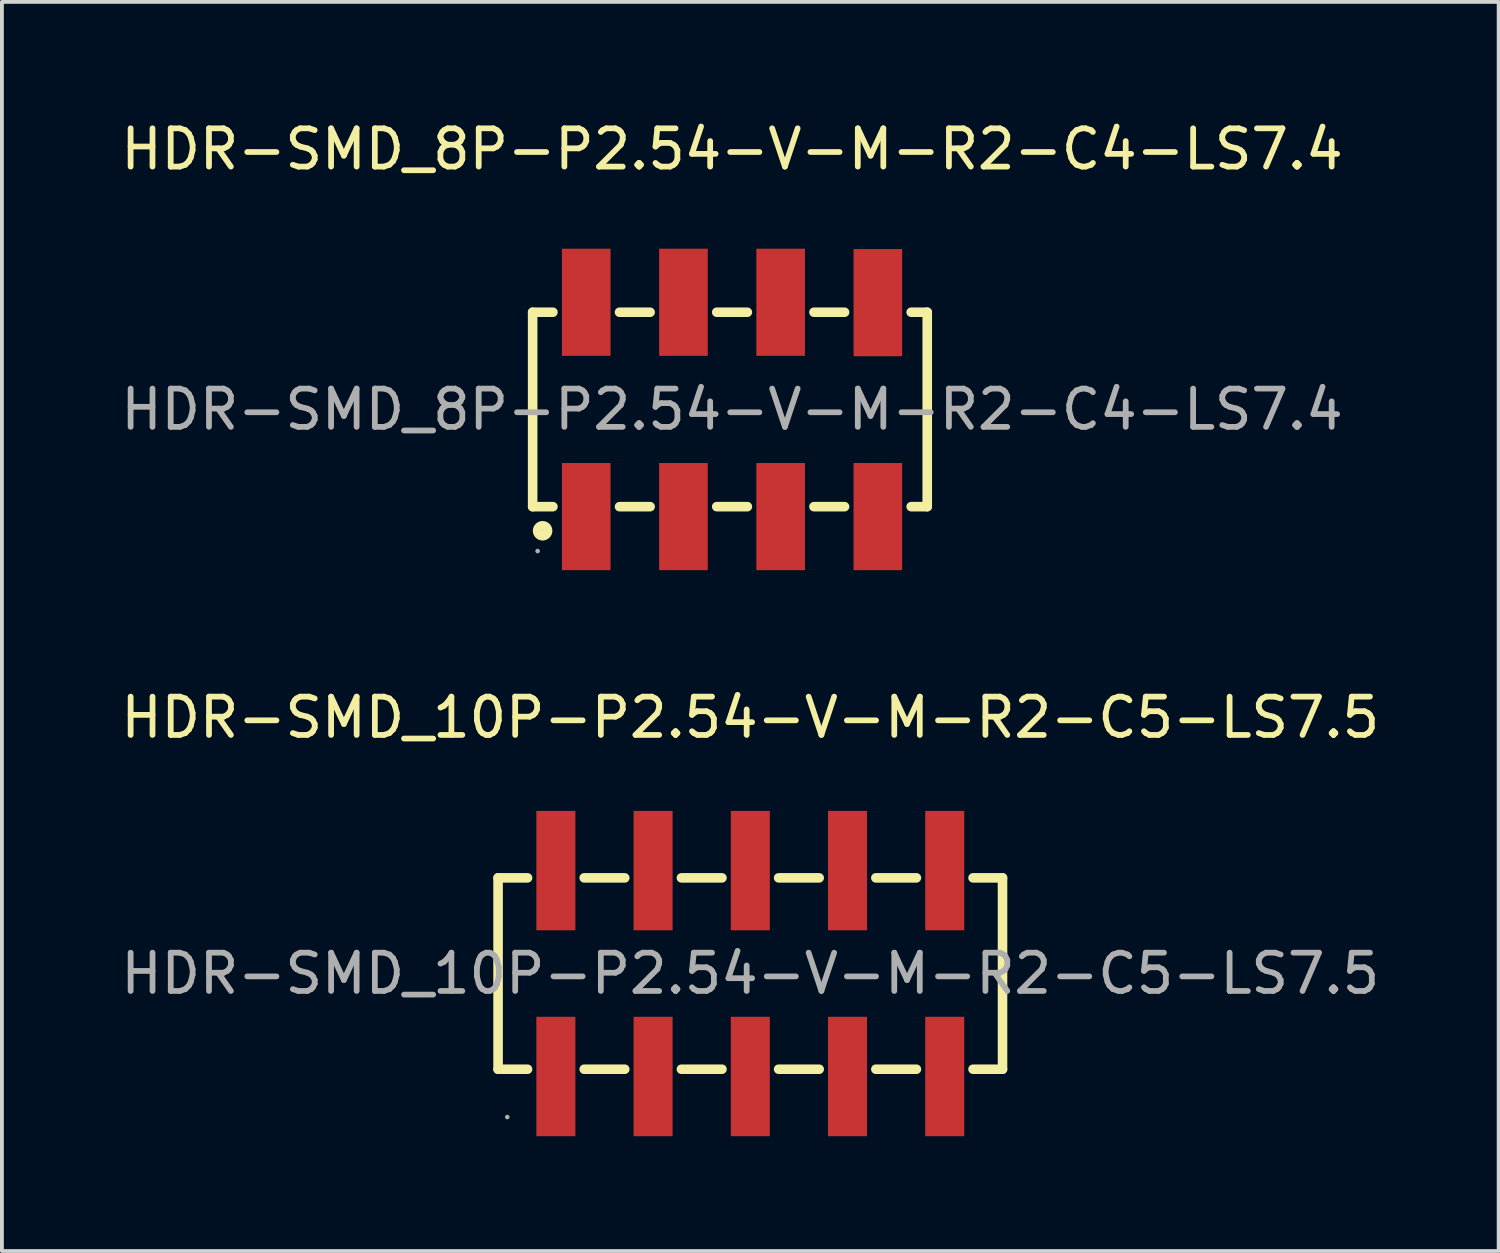
<source format=kicad_pcb>
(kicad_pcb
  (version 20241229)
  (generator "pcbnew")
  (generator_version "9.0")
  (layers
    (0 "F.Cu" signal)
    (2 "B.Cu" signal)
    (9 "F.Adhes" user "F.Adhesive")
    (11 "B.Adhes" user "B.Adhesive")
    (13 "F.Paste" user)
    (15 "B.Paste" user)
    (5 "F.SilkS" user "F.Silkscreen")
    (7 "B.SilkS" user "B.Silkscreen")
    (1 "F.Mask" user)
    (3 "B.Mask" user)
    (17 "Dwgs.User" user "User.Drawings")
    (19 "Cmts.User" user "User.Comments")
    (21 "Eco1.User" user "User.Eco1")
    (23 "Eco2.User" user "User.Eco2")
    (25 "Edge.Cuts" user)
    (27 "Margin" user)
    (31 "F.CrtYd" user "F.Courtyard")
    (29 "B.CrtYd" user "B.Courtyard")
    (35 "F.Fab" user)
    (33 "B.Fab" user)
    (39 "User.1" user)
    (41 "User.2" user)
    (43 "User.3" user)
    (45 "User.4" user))
  (footprint "HDR-SMD_10P-P2.54-V-M-R2-C5-LS7.5"
    (layer "F.Cu")
    (at 16.554 22.387)
    (property "Reference" "HDR-SMD_10P-P2.54-V-M-R2-C5-LS7.5" (at 0 -6.69 0) (layer "F.SilkS") (effects (font (size 1 1) (thickness 0.15))))
    (attr smd)
    (fp_line (start -6.59 -2.5) (end -6.59 2.5) (stroke (width 0.25) (type solid)) (layer "F.SilkS"))
    (fp_line (start -6.59 -2.5) (end -5.82 -2.5) (stroke (width 0.25) (type solid)) (layer "F.SilkS"))
    (fp_line (start -6.59 2.5) (end -5.82 2.5) (stroke (width 0.25) (type solid)) (layer "F.SilkS"))
    (fp_line (start -4.34 -2.5) (end -3.28 -2.5) (stroke (width 0.25) (type solid)) (layer "F.SilkS"))
    (fp_line (start -4.34 2.5) (end -3.28 2.5) (stroke (width 0.25) (type solid)) (layer "F.SilkS"))
    (fp_line (start -1.8 -2.5) (end -0.74 -2.5) (stroke (width 0.25) (type solid)) (layer "F.SilkS"))
    (fp_line (start -1.8 2.5) (end -0.74 2.5) (stroke (width 0.25) (type solid)) (layer "F.SilkS"))
    (fp_line (start 0.74 -2.5) (end 1.8 -2.5) (stroke (width 0.25) (type solid)) (layer "F.SilkS"))
    (fp_line (start 0.74 2.5) (end 1.8 2.5) (stroke (width 0.25) (type solid)) (layer "F.SilkS"))
    (fp_line (start 3.28 -2.5) (end 4.34 -2.5) (stroke (width 0.25) (type solid)) (layer "F.SilkS"))
    (fp_line (start 3.28 2.5) (end 4.34 2.5) (stroke (width 0.25) (type solid)) (layer "F.SilkS"))
    (fp_line (start 5.82 -2.5) (end 6.59 -2.5) (stroke (width 0.25) (type solid)) (layer "F.SilkS"))
    (fp_line (start 5.82 2.5) (end 6.59 2.5) (stroke (width 0.25) (type solid)) (layer "F.SilkS"))
    (fp_line (start 6.59 2.5) (end 6.59 -2.5) (stroke (width 0.25) (type solid)) (layer "F.SilkS"))
    (fp_circle (center -6.35 3.75) (end -6.32 3.75) (stroke (width 0.06) (type solid)) (fill no) (layer "F.Fab"))
    (fp_text user "${REFERENCE}" (at 0 0 0) (layer "F.Fab") (effects (font (size 1 1) (thickness 0.15))))
    (pad "1" smd rect (at -5.08 2.69) (size 1.02 3.12) (layers "F.Cu" "F.Mask" "F.Paste"))
    (pad "2" smd rect (at -5.08 -2.69) (size 1.02 3.12) (layers "F.Cu" "F.Mask" "F.Paste"))
    (pad "3" smd rect (at -2.54 2.69) (size 1.02 3.12) (layers "F.Cu" "F.Mask" "F.Paste"))
    (pad "4" smd rect (at -2.54 -2.69) (size 1.02 3.12) (layers "F.Cu" "F.Mask" "F.Paste"))
    (pad "5" smd rect (at 0 2.69) (size 1.02 3.12) (layers "F.Cu" "F.Mask" "F.Paste"))
    (pad "6" smd rect (at 0 -2.69) (size 1.02 3.12) (layers "F.Cu" "F.Mask" "F.Paste"))
    (pad "7" smd rect (at 2.54 2.69) (size 1.02 3.12) (layers "F.Cu" "F.Mask" "F.Paste"))
    (pad "8" smd rect (at 2.54 -2.69) (size 1.02 3.12) (layers "F.Cu" "F.Mask" "F.Paste"))
    (pad "9" smd rect (at 5.08 2.69) (size 1.02 3.12) (layers "F.Cu" "F.Mask" "F.Paste"))
    (pad "10" smd rect (at 5.08 -2.69) (size 1.02 3.12) (layers "F.Cu" "F.Mask" "F.Paste")))
  (footprint "HDR-SMD_8P-P2.54-V-M-R2-C4-LS7.4"
    (layer "F.Cu")
    (at 16.077 7.648)
    (property "Reference" "HDR-SMD_8P-P2.54-V-M-R2-C4-LS7.4" (at 0 -6.8 0) (layer "F.SilkS") (effects (font (size 1 1) (thickness 0.15))))
    (attr smd)
    (fp_line (start -5.21 -2.54) (end -5.21 2.54) (stroke (width 0.25) (type solid)) (layer "F.SilkS"))
    (fp_line (start -5.21 -2.54) (end -4.68 -2.54) (stroke (width 0.25) (type solid)) (layer "F.SilkS"))
    (fp_line (start -5.21 2.54) (end -4.68 2.54) (stroke (width 0.25) (type solid)) (layer "F.SilkS"))
    (fp_line (start -2.94 -2.54) (end -2.14 -2.54) (stroke (width 0.25) (type solid)) (layer "F.SilkS"))
    (fp_line (start -2.94 2.54) (end -2.14 2.54) (stroke (width 0.25) (type solid)) (layer "F.SilkS"))
    (fp_line (start -0.4 -2.54) (end 0.4 -2.54) (stroke (width 0.25) (type solid)) (layer "F.SilkS"))
    (fp_line (start -0.4 2.54) (end 0.4 2.54) (stroke (width 0.25) (type solid)) (layer "F.SilkS"))
    (fp_line (start 2.14 -2.54) (end 2.94 -2.54) (stroke (width 0.25) (type solid)) (layer "F.SilkS"))
    (fp_line (start 2.14 2.54) (end 2.94 2.54) (stroke (width 0.25) (type solid)) (layer "F.SilkS"))
    (fp_line (start 4.68 2.54) (end 5.1 2.54) (stroke (width 0.25) (type solid)) (layer "F.SilkS"))
    (fp_line (start 5.1 -2.54) (end 4.68 -2.54) (stroke (width 0.25) (type solid)) (layer "F.SilkS"))
    (fp_line (start 5.1 2.54) (end 5.1 -2.54) (stroke (width 0.25) (type solid)) (layer "F.SilkS"))
    (fp_circle (center -4.95 3.17) (end -4.82 3.17) (stroke (width 0.25) (type solid)) (fill no) (layer "F.SilkS"))
    (fp_circle (center -5.08 3.7) (end -5.05 3.7) (stroke (width 0.06) (type solid)) (fill no) (layer "F.Fab"))
    (fp_text user "${REFERENCE}" (at 0 0 0) (layer "F.Fab") (effects (font (size 1 1) (thickness 0.15))))
    (pad "1" smd rect (at -3.81 2.8) (size 1.27 2.8) (layers "F.Cu" "F.Mask" "F.Paste"))
    (pad "2" smd rect (at -3.81 -2.8) (size 1.27 2.8) (layers "F.Cu" "F.Mask" "F.Paste"))
    (pad "3" smd rect (at -1.27 2.8) (size 1.27 2.8) (layers "F.Cu" "F.Mask" "F.Paste"))
    (pad "4" smd rect (at -1.27 -2.8) (size 1.27 2.8) (layers "F.Cu" "F.Mask" "F.Paste"))
    (pad "5" smd rect (at 1.27 2.8) (size 1.27 2.8) (layers "F.Cu" "F.Mask" "F.Paste"))
    (pad "6" smd rect (at 1.27 -2.8) (size 1.27 2.8) (layers "F.Cu" "F.Mask" "F.Paste"))
    (pad "7" smd rect (at 3.81 2.8) (size 1.27 2.8) (layers "F.Cu" "F.Mask" "F.Paste"))
    (pad "8" smd rect (at 3.81 -2.79) (size 1.27 2.8) (layers "F.Cu" "F.Mask" "F.Paste")))
  (gr_rect
    (start -3 -3)
    (end 36.107 29.637)
    (stroke (width 0.1) (type default))
    (fill no)
    (layer "Edge.Cuts")))
</source>
